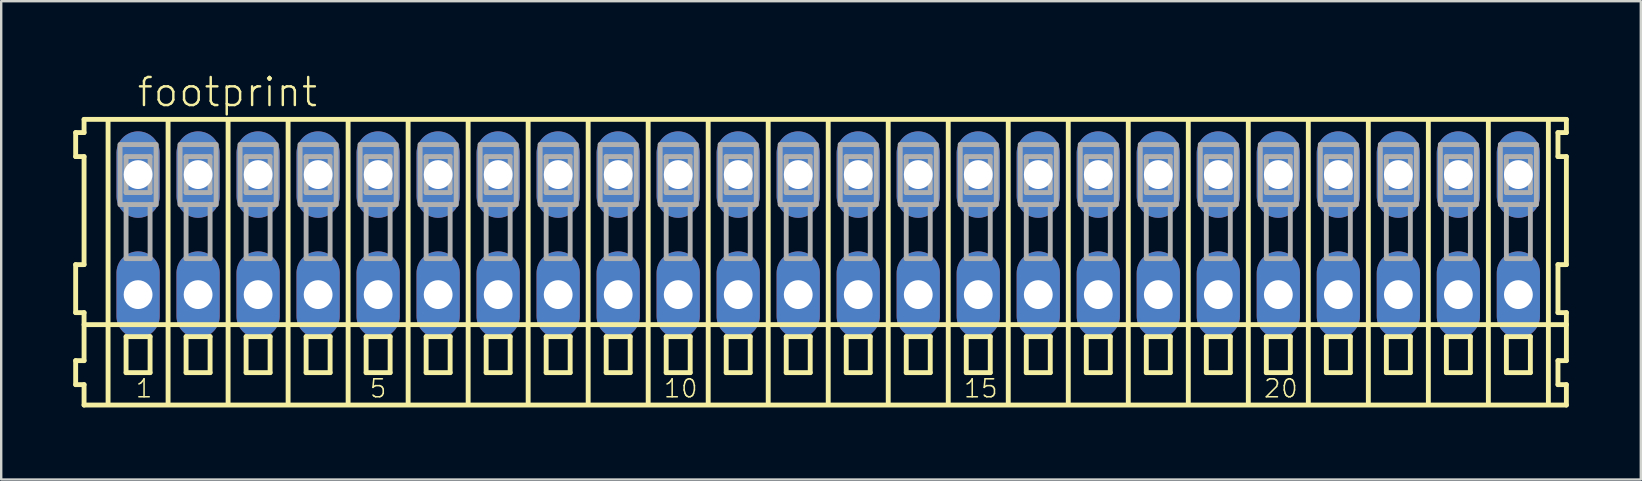
<source format=kicad_pcb>
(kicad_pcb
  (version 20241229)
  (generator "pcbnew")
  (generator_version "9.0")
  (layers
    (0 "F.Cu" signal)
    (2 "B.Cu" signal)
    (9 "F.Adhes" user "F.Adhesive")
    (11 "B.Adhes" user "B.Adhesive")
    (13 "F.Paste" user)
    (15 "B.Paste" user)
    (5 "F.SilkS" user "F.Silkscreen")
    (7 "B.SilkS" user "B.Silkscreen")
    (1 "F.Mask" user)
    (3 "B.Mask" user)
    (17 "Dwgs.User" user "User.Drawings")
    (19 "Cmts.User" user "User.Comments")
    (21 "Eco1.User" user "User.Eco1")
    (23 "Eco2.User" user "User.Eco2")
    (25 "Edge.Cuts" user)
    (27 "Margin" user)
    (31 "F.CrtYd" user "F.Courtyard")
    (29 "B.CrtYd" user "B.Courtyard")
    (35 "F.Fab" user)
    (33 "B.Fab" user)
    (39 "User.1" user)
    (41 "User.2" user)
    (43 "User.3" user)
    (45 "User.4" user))
  (footprint "footprint"
    (layer "F.Cu")
    (at 31.452 6.723)
    (property "Reference" "footprint" (at -28.85 -5.25 0) (layer "F.SilkS") (effects (font (size 1.168 1.168) (thickness 0.102)) (justify left bottom)))
    (fp_line (start -31.35 -4.25) (end -31.35 -3.25) (stroke (width 0.203) (type solid)) (layer "F.SilkS"))
    (fp_line (start -31.35 -3.25) (end -31 -3.25) (stroke (width 0.203) (type solid)) (layer "F.SilkS"))
    (fp_line (start -31.35 1.25) (end -31.35 3.25) (stroke (width 0.203) (type solid)) (layer "F.SilkS"))
    (fp_line (start -31.35 3.25) (end -31 3.25) (stroke (width 0.203) (type solid)) (layer "F.SilkS"))
    (fp_line (start -31.35 5.25) (end -31.35 6.25) (stroke (width 0.203) (type solid)) (layer "F.SilkS"))
    (fp_line (start -31.35 6.25) (end -31 6.25) (stroke (width 0.203) (type solid)) (layer "F.SilkS"))
    (fp_line (start -31 -4.8) (end -31 -4.25) (stroke (width 0.203) (type solid)) (layer "F.SilkS"))
    (fp_line (start -31 -4.25) (end -31.35 -4.25) (stroke (width 0.203) (type solid)) (layer "F.SilkS"))
    (fp_line (start -31 -3.25) (end -31 1.25) (stroke (width 0.203) (type solid)) (layer "F.SilkS"))
    (fp_line (start -31 1.25) (end -31.35 1.25) (stroke (width 0.203) (type solid)) (layer "F.SilkS"))
    (fp_line (start -31 3.25) (end -31 5.25) (stroke (width 0.203) (type solid)) (layer "F.SilkS"))
    (fp_line (start -31 3.75) (end 30.75 3.75) (stroke (width 0.203) (type solid)) (layer "F.SilkS"))
    (fp_line (start -31 5.25) (end -31.35 5.25) (stroke (width 0.203) (type solid)) (layer "F.SilkS"))
    (fp_line (start -31 6.25) (end -31 7.1) (stroke (width 0.203) (type solid)) (layer "F.SilkS"))
    (fp_line (start -31 7.1) (end 30.75 7.1) (stroke (width 0.203) (type solid)) (layer "F.SilkS"))
    (fp_line (start -30 -4.75) (end -30 7) (stroke (width 0.203) (type solid)) (layer "F.SilkS"))
    (fp_line (start -29.25 4.25) (end -29.25 5.75) (stroke (width 0.203) (type solid)) (layer "F.SilkS"))
    (fp_line (start -29.25 5.75) (end -28.25 5.75) (stroke (width 0.203) (type solid)) (layer "F.SilkS"))
    (fp_line (start -28.25 4.25) (end -29.25 4.25) (stroke (width 0.203) (type solid)) (layer "F.SilkS"))
    (fp_line (start -28.25 5.75) (end -28.25 4.25) (stroke (width 0.203) (type solid)) (layer "F.SilkS"))
    (fp_line (start -27.5 -4.75) (end -27.5 7) (stroke (width 0.203) (type solid)) (layer "F.SilkS"))
    (fp_line (start -26.75 4.25) (end -26.75 5.75) (stroke (width 0.203) (type solid)) (layer "F.SilkS"))
    (fp_line (start -26.75 5.75) (end -25.75 5.75) (stroke (width 0.203) (type solid)) (layer "F.SilkS"))
    (fp_line (start -25.75 4.25) (end -26.75 4.25) (stroke (width 0.203) (type solid)) (layer "F.SilkS"))
    (fp_line (start -25.75 5.75) (end -25.75 4.25) (stroke (width 0.203) (type solid)) (layer "F.SilkS"))
    (fp_line (start -25 -4.75) (end -25 7) (stroke (width 0.203) (type solid)) (layer "F.SilkS"))
    (fp_line (start -24.25 4.25) (end -24.25 5.75) (stroke (width 0.203) (type solid)) (layer "F.SilkS"))
    (fp_line (start -24.25 5.75) (end -23.25 5.75) (stroke (width 0.203) (type solid)) (layer "F.SilkS"))
    (fp_line (start -23.25 4.25) (end -24.25 4.25) (stroke (width 0.203) (type solid)) (layer "F.SilkS"))
    (fp_line (start -23.25 5.75) (end -23.25 4.25) (stroke (width 0.203) (type solid)) (layer "F.SilkS"))
    (fp_line (start -22.5 -4.75) (end -22.5 7) (stroke (width 0.203) (type solid)) (layer "F.SilkS"))
    (fp_line (start -21.75 4.25) (end -21.75 5.75) (stroke (width 0.203) (type solid)) (layer "F.SilkS"))
    (fp_line (start -21.75 5.75) (end -20.75 5.75) (stroke (width 0.203) (type solid)) (layer "F.SilkS"))
    (fp_line (start -20.75 4.25) (end -21.75 4.25) (stroke (width 0.203) (type solid)) (layer "F.SilkS"))
    (fp_line (start -20.75 5.75) (end -20.75 4.25) (stroke (width 0.203) (type solid)) (layer "F.SilkS"))
    (fp_line (start -20 -4.75) (end -20 7) (stroke (width 0.203) (type solid)) (layer "F.SilkS"))
    (fp_line (start -19.25 4.25) (end -19.25 5.75) (stroke (width 0.203) (type solid)) (layer "F.SilkS"))
    (fp_line (start -19.25 5.75) (end -18.25 5.75) (stroke (width 0.203) (type solid)) (layer "F.SilkS"))
    (fp_line (start -18.25 4.25) (end -19.25 4.25) (stroke (width 0.203) (type solid)) (layer "F.SilkS"))
    (fp_line (start -18.25 5.75) (end -18.25 4.25) (stroke (width 0.203) (type solid)) (layer "F.SilkS"))
    (fp_line (start -17.5 -4.75) (end -17.5 7) (stroke (width 0.203) (type solid)) (layer "F.SilkS"))
    (fp_line (start -16.75 4.25) (end -16.75 5.75) (stroke (width 0.203) (type solid)) (layer "F.SilkS"))
    (fp_line (start -16.75 5.75) (end -15.75 5.75) (stroke (width 0.203) (type solid)) (layer "F.SilkS"))
    (fp_line (start -15.75 4.25) (end -16.75 4.25) (stroke (width 0.203) (type solid)) (layer "F.SilkS"))
    (fp_line (start -15.75 5.75) (end -15.75 4.25) (stroke (width 0.203) (type solid)) (layer "F.SilkS"))
    (fp_line (start -15 -4.75) (end -15 7) (stroke (width 0.203) (type solid)) (layer "F.SilkS"))
    (fp_line (start -14.25 4.25) (end -14.25 5.75) (stroke (width 0.203) (type solid)) (layer "F.SilkS"))
    (fp_line (start -14.25 5.75) (end -13.25 5.75) (stroke (width 0.203) (type solid)) (layer "F.SilkS"))
    (fp_line (start -13.25 4.25) (end -14.25 4.25) (stroke (width 0.203) (type solid)) (layer "F.SilkS"))
    (fp_line (start -13.25 5.75) (end -13.25 4.25) (stroke (width 0.203) (type solid)) (layer "F.SilkS"))
    (fp_line (start -12.5 -4.75) (end -12.5 7) (stroke (width 0.203) (type solid)) (layer "F.SilkS"))
    (fp_line (start -11.75 4.25) (end -11.75 5.75) (stroke (width 0.203) (type solid)) (layer "F.SilkS"))
    (fp_line (start -11.75 5.75) (end -10.75 5.75) (stroke (width 0.203) (type solid)) (layer "F.SilkS"))
    (fp_line (start -10.75 4.25) (end -11.75 4.25) (stroke (width 0.203) (type solid)) (layer "F.SilkS"))
    (fp_line (start -10.75 5.75) (end -10.75 4.25) (stroke (width 0.203) (type solid)) (layer "F.SilkS"))
    (fp_line (start -10 -4.75) (end -10 7) (stroke (width 0.203) (type solid)) (layer "F.SilkS"))
    (fp_line (start -9.25 4.25) (end -9.25 5.75) (stroke (width 0.203) (type solid)) (layer "F.SilkS"))
    (fp_line (start -9.25 5.75) (end -8.25 5.75) (stroke (width 0.203) (type solid)) (layer "F.SilkS"))
    (fp_line (start -8.25 4.25) (end -9.25 4.25) (stroke (width 0.203) (type solid)) (layer "F.SilkS"))
    (fp_line (start -8.25 5.75) (end -8.25 4.25) (stroke (width 0.203) (type solid)) (layer "F.SilkS"))
    (fp_line (start -7.5 -4.75) (end -7.5 7) (stroke (width 0.203) (type solid)) (layer "F.SilkS"))
    (fp_line (start -6.75 4.25) (end -6.75 5.75) (stroke (width 0.203) (type solid)) (layer "F.SilkS"))
    (fp_line (start -6.75 5.75) (end -5.75 5.75) (stroke (width 0.203) (type solid)) (layer "F.SilkS"))
    (fp_line (start -5.75 4.25) (end -6.75 4.25) (stroke (width 0.203) (type solid)) (layer "F.SilkS"))
    (fp_line (start -5.75 5.75) (end -5.75 4.25) (stroke (width 0.203) (type solid)) (layer "F.SilkS"))
    (fp_line (start -5 -4.75) (end -5 7) (stroke (width 0.203) (type solid)) (layer "F.SilkS"))
    (fp_line (start -4.25 4.25) (end -4.25 5.75) (stroke (width 0.203) (type solid)) (layer "F.SilkS"))
    (fp_line (start -4.25 5.75) (end -3.25 5.75) (stroke (width 0.203) (type solid)) (layer "F.SilkS"))
    (fp_line (start -3.25 4.25) (end -4.25 4.25) (stroke (width 0.203) (type solid)) (layer "F.SilkS"))
    (fp_line (start -3.25 5.75) (end -3.25 4.25) (stroke (width 0.203) (type solid)) (layer "F.SilkS"))
    (fp_line (start -2.5 -4.75) (end -2.5 7) (stroke (width 0.203) (type solid)) (layer "F.SilkS"))
    (fp_line (start -1.75 4.25) (end -1.75 5.75) (stroke (width 0.203) (type solid)) (layer "F.SilkS"))
    (fp_line (start -1.75 5.75) (end -0.75 5.75) (stroke (width 0.203) (type solid)) (layer "F.SilkS"))
    (fp_line (start -0.75 4.25) (end -1.75 4.25) (stroke (width 0.203) (type solid)) (layer "F.SilkS"))
    (fp_line (start -0.75 5.75) (end -0.75 4.25) (stroke (width 0.203) (type solid)) (layer "F.SilkS"))
    (fp_line (start 0 -4.75) (end 0 7) (stroke (width 0.203) (type solid)) (layer "F.SilkS"))
    (fp_line (start 0.75 4.25) (end 0.75 5.75) (stroke (width 0.203) (type solid)) (layer "F.SilkS"))
    (fp_line (start 0.75 5.75) (end 1.75 5.75) (stroke (width 0.203) (type solid)) (layer "F.SilkS"))
    (fp_line (start 1.75 4.25) (end 0.75 4.25) (stroke (width 0.203) (type solid)) (layer "F.SilkS"))
    (fp_line (start 1.75 5.75) (end 1.75 4.25) (stroke (width 0.203) (type solid)) (layer "F.SilkS"))
    (fp_line (start 2.5 -4.75) (end 2.5 7) (stroke (width 0.203) (type solid)) (layer "F.SilkS"))
    (fp_line (start 3.25 4.25) (end 3.25 5.75) (stroke (width 0.203) (type solid)) (layer "F.SilkS"))
    (fp_line (start 3.25 5.75) (end 4.25 5.75) (stroke (width 0.203) (type solid)) (layer "F.SilkS"))
    (fp_line (start 4.25 4.25) (end 3.25 4.25) (stroke (width 0.203) (type solid)) (layer "F.SilkS"))
    (fp_line (start 4.25 5.75) (end 4.25 4.25) (stroke (width 0.203) (type solid)) (layer "F.SilkS"))
    (fp_line (start 5 -4.75) (end 5 7) (stroke (width 0.203) (type solid)) (layer "F.SilkS"))
    (fp_line (start 5.75 4.25) (end 5.75 5.75) (stroke (width 0.203) (type solid)) (layer "F.SilkS"))
    (fp_line (start 5.75 5.75) (end 6.75 5.75) (stroke (width 0.203) (type solid)) (layer "F.SilkS"))
    (fp_line (start 6.75 4.25) (end 5.75 4.25) (stroke (width 0.203) (type solid)) (layer "F.SilkS"))
    (fp_line (start 6.75 5.75) (end 6.75 4.25) (stroke (width 0.203) (type solid)) (layer "F.SilkS"))
    (fp_line (start 7.5 -4.75) (end 7.5 7) (stroke (width 0.203) (type solid)) (layer "F.SilkS"))
    (fp_line (start 8.25 4.25) (end 8.25 5.75) (stroke (width 0.203) (type solid)) (layer "F.SilkS"))
    (fp_line (start 8.25 5.75) (end 9.25 5.75) (stroke (width 0.203) (type solid)) (layer "F.SilkS"))
    (fp_line (start 9.25 4.25) (end 8.25 4.25) (stroke (width 0.203) (type solid)) (layer "F.SilkS"))
    (fp_line (start 9.25 5.75) (end 9.25 4.25) (stroke (width 0.203) (type solid)) (layer "F.SilkS"))
    (fp_line (start 10 -4.75) (end 10 7) (stroke (width 0.203) (type solid)) (layer "F.SilkS"))
    (fp_line (start 10.75 4.25) (end 10.75 5.75) (stroke (width 0.203) (type solid)) (layer "F.SilkS"))
    (fp_line (start 10.75 5.75) (end 11.75 5.75) (stroke (width 0.203) (type solid)) (layer "F.SilkS"))
    (fp_line (start 11.75 4.25) (end 10.75 4.25) (stroke (width 0.203) (type solid)) (layer "F.SilkS"))
    (fp_line (start 11.75 5.75) (end 11.75 4.25) (stroke (width 0.203) (type solid)) (layer "F.SilkS"))
    (fp_line (start 12.5 -4.75) (end 12.5 7) (stroke (width 0.203) (type solid)) (layer "F.SilkS"))
    (fp_line (start 13.25 4.25) (end 13.25 5.75) (stroke (width 0.203) (type solid)) (layer "F.SilkS"))
    (fp_line (start 13.25 5.75) (end 14.25 5.75) (stroke (width 0.203) (type solid)) (layer "F.SilkS"))
    (fp_line (start 14.25 4.25) (end 13.25 4.25) (stroke (width 0.203) (type solid)) (layer "F.SilkS"))
    (fp_line (start 14.25 5.75) (end 14.25 4.25) (stroke (width 0.203) (type solid)) (layer "F.SilkS"))
    (fp_line (start 15 -4.75) (end 15 7) (stroke (width 0.203) (type solid)) (layer "F.SilkS"))
    (fp_line (start 15.75 4.25) (end 15.75 5.75) (stroke (width 0.203) (type solid)) (layer "F.SilkS"))
    (fp_line (start 15.75 5.75) (end 16.75 5.75) (stroke (width 0.203) (type solid)) (layer "F.SilkS"))
    (fp_line (start 16.75 4.25) (end 15.75 4.25) (stroke (width 0.203) (type solid)) (layer "F.SilkS"))
    (fp_line (start 16.75 5.75) (end 16.75 4.25) (stroke (width 0.203) (type solid)) (layer "F.SilkS"))
    (fp_line (start 17.5 -4.75) (end 17.5 7) (stroke (width 0.203) (type solid)) (layer "F.SilkS"))
    (fp_line (start 18.25 4.25) (end 18.25 5.75) (stroke (width 0.203) (type solid)) (layer "F.SilkS"))
    (fp_line (start 18.25 5.75) (end 19.25 5.75) (stroke (width 0.203) (type solid)) (layer "F.SilkS"))
    (fp_line (start 19.25 4.25) (end 18.25 4.25) (stroke (width 0.203) (type solid)) (layer "F.SilkS"))
    (fp_line (start 19.25 5.75) (end 19.25 4.25) (stroke (width 0.203) (type solid)) (layer "F.SilkS"))
    (fp_line (start 20 -4.75) (end 20 7) (stroke (width 0.203) (type solid)) (layer "F.SilkS"))
    (fp_line (start 20.75 4.25) (end 20.75 5.75) (stroke (width 0.203) (type solid)) (layer "F.SilkS"))
    (fp_line (start 20.75 5.75) (end 21.75 5.75) (stroke (width 0.203) (type solid)) (layer "F.SilkS"))
    (fp_line (start 21.75 4.25) (end 20.75 4.25) (stroke (width 0.203) (type solid)) (layer "F.SilkS"))
    (fp_line (start 21.75 5.75) (end 21.75 4.25) (stroke (width 0.203) (type solid)) (layer "F.SilkS"))
    (fp_line (start 22.5 -4.75) (end 22.5 7) (stroke (width 0.203) (type solid)) (layer "F.SilkS"))
    (fp_line (start 23.25 4.25) (end 23.25 5.75) (stroke (width 0.203) (type solid)) (layer "F.SilkS"))
    (fp_line (start 23.25 5.75) (end 24.25 5.75) (stroke (width 0.203) (type solid)) (layer "F.SilkS"))
    (fp_line (start 24.25 4.25) (end 23.25 4.25) (stroke (width 0.203) (type solid)) (layer "F.SilkS"))
    (fp_line (start 24.25 5.75) (end 24.25 4.25) (stroke (width 0.203) (type solid)) (layer "F.SilkS"))
    (fp_line (start 25 -4.75) (end 25 7) (stroke (width 0.203) (type solid)) (layer "F.SilkS"))
    (fp_line (start 25.75 4.25) (end 25.75 5.75) (stroke (width 0.203) (type solid)) (layer "F.SilkS"))
    (fp_line (start 25.75 5.75) (end 26.75 5.75) (stroke (width 0.203) (type solid)) (layer "F.SilkS"))
    (fp_line (start 26.75 4.25) (end 25.75 4.25) (stroke (width 0.203) (type solid)) (layer "F.SilkS"))
    (fp_line (start 26.75 5.75) (end 26.75 4.25) (stroke (width 0.203) (type solid)) (layer "F.SilkS"))
    (fp_line (start 27.5 -4.75) (end 27.5 7) (stroke (width 0.203) (type solid)) (layer "F.SilkS"))
    (fp_line (start 28.25 4.25) (end 28.25 5.75) (stroke (width 0.203) (type solid)) (layer "F.SilkS"))
    (fp_line (start 28.25 5.75) (end 29.25 5.75) (stroke (width 0.203) (type solid)) (layer "F.SilkS"))
    (fp_line (start 29.25 4.25) (end 28.25 4.25) (stroke (width 0.203) (type solid)) (layer "F.SilkS"))
    (fp_line (start 29.25 5.75) (end 29.25 4.25) (stroke (width 0.203) (type solid)) (layer "F.SilkS"))
    (fp_line (start 30 -4.75) (end 30 7) (stroke (width 0.203) (type solid)) (layer "F.SilkS"))
    (fp_line (start 30.4 -4.25) (end 30.4 -3.25) (stroke (width 0.203) (type solid)) (layer "F.SilkS"))
    (fp_line (start 30.4 -3.25) (end 30.75 -3.25) (stroke (width 0.203) (type solid)) (layer "F.SilkS"))
    (fp_line (start 30.4 1.25) (end 30.4 3.25) (stroke (width 0.203) (type solid)) (layer "F.SilkS"))
    (fp_line (start 30.4 3.25) (end 30.75 3.25) (stroke (width 0.203) (type solid)) (layer "F.SilkS"))
    (fp_line (start 30.4 5.25) (end 30.4 6.25) (stroke (width 0.203) (type solid)) (layer "F.SilkS"))
    (fp_line (start 30.4 6.25) (end 30.75 6.25) (stroke (width 0.203) (type solid)) (layer "F.SilkS"))
    (fp_line (start 30.75 -4.8) (end -31 -4.8) (stroke (width 0.203) (type solid)) (layer "F.SilkS"))
    (fp_line (start 30.75 -4.25) (end 30.4 -4.25) (stroke (width 0.203) (type solid)) (layer "F.SilkS"))
    (fp_line (start 30.75 -4.25) (end 30.75 -4.8) (stroke (width 0.203) (type solid)) (layer "F.SilkS"))
    (fp_line (start 30.75 1.25) (end 30.4 1.25) (stroke (width 0.203) (type solid)) (layer "F.SilkS"))
    (fp_line (start 30.75 1.25) (end 30.75 -3.25) (stroke (width 0.203) (type solid)) (layer "F.SilkS"))
    (fp_line (start 30.75 3.75) (end 30.75 3.25) (stroke (width 0.203) (type solid)) (layer "F.SilkS"))
    (fp_line (start 30.75 5.25) (end 30.4 5.25) (stroke (width 0.203) (type solid)) (layer "F.SilkS"))
    (fp_line (start 30.75 5.25) (end 30.75 3.75) (stroke (width 0.203) (type solid)) (layer "F.SilkS"))
    (fp_line (start 30.75 7.1) (end 30.75 6.25) (stroke (width 0.203) (type solid)) (layer "F.SilkS"))
    (fp_line (start -29.5 -3.75) (end -29.5 -1.25) (stroke (width 0.203) (type solid)) (layer "F.Fab"))
    (fp_line (start -29.5 -1.25) (end -29.25 -1.25) (stroke (width 0.203) (type solid)) (layer "F.Fab"))
    (fp_line (start -29.25 -3.25) (end -29.25 -1.75) (stroke (width 0.203) (type solid)) (layer "F.Fab"))
    (fp_line (start -29.25 -1.75) (end -28.25 -1.75) (stroke (width 0.203) (type solid)) (layer "F.Fab"))
    (fp_line (start -29.25 -1.25) (end -29.25 1) (stroke (width 0.203) (type solid)) (layer "F.Fab"))
    (fp_line (start -29.25 -1.25) (end -28.25 -1.25) (stroke (width 0.203) (type solid)) (layer "F.Fab"))
    (fp_line (start -29.25 1) (end -28.25 1) (stroke (width 0.203) (type solid)) (layer "F.Fab"))
    (fp_line (start -28.25 -3.25) (end -29.25 -3.25) (stroke (width 0.203) (type solid)) (layer "F.Fab"))
    (fp_line (start -28.25 -1.75) (end -28.25 -3.25) (stroke (width 0.203) (type solid)) (layer "F.Fab"))
    (fp_line (start -28.25 -1.25) (end -28 -1.25) (stroke (width 0.203) (type solid)) (layer "F.Fab"))
    (fp_line (start -28.25 1) (end -28.25 -1.25) (stroke (width 0.203) (type solid)) (layer "F.Fab"))
    (fp_line (start -28 -3.75) (end -29.5 -3.75) (stroke (width 0.203) (type solid)) (layer "F.Fab"))
    (fp_line (start -28 -1.25) (end -28 -3.75) (stroke (width 0.203) (type solid)) (layer "F.Fab"))
    (fp_line (start -27 -3.75) (end -27 -1.25) (stroke (width 0.203) (type solid)) (layer "F.Fab"))
    (fp_line (start -27 -1.25) (end -26.75 -1.25) (stroke (width 0.203) (type solid)) (layer "F.Fab"))
    (fp_line (start -26.75 -3.25) (end -26.75 -1.75) (stroke (width 0.203) (type solid)) (layer "F.Fab"))
    (fp_line (start -26.75 -1.75) (end -25.75 -1.75) (stroke (width 0.203) (type solid)) (layer "F.Fab"))
    (fp_line (start -26.75 -1.25) (end -26.75 1) (stroke (width 0.203) (type solid)) (layer "F.Fab"))
    (fp_line (start -26.75 -1.25) (end -25.75 -1.25) (stroke (width 0.203) (type solid)) (layer "F.Fab"))
    (fp_line (start -26.75 1) (end -25.75 1) (stroke (width 0.203) (type solid)) (layer "F.Fab"))
    (fp_line (start -25.75 -3.25) (end -26.75 -3.25) (stroke (width 0.203) (type solid)) (layer "F.Fab"))
    (fp_line (start -25.75 -1.75) (end -25.75 -3.25) (stroke (width 0.203) (type solid)) (layer "F.Fab"))
    (fp_line (start -25.75 -1.25) (end -25.5 -1.25) (stroke (width 0.203) (type solid)) (layer "F.Fab"))
    (fp_line (start -25.75 1) (end -25.75 -1.25) (stroke (width 0.203) (type solid)) (layer "F.Fab"))
    (fp_line (start -25.5 -3.75) (end -27 -3.75) (stroke (width 0.203) (type solid)) (layer "F.Fab"))
    (fp_line (start -25.5 -1.25) (end -25.5 -3.75) (stroke (width 0.203) (type solid)) (layer "F.Fab"))
    (fp_line (start -24.5 -3.75) (end -24.5 -1.25) (stroke (width 0.203) (type solid)) (layer "F.Fab"))
    (fp_line (start -24.5 -1.25) (end -24.25 -1.25) (stroke (width 0.203) (type solid)) (layer "F.Fab"))
    (fp_line (start -24.25 -3.25) (end -24.25 -1.75) (stroke (width 0.203) (type solid)) (layer "F.Fab"))
    (fp_line (start -24.25 -1.75) (end -23.25 -1.75) (stroke (width 0.203) (type solid)) (layer "F.Fab"))
    (fp_line (start -24.25 -1.25) (end -24.25 1) (stroke (width 0.203) (type solid)) (layer "F.Fab"))
    (fp_line (start -24.25 -1.25) (end -23.25 -1.25) (stroke (width 0.203) (type solid)) (layer "F.Fab"))
    (fp_line (start -24.25 1) (end -23.25 1) (stroke (width 0.203) (type solid)) (layer "F.Fab"))
    (fp_line (start -23.25 -3.25) (end -24.25 -3.25) (stroke (width 0.203) (type solid)) (layer "F.Fab"))
    (fp_line (start -23.25 -1.75) (end -23.25 -3.25) (stroke (width 0.203) (type solid)) (layer "F.Fab"))
    (fp_line (start -23.25 -1.25) (end -23 -1.25) (stroke (width 0.203) (type solid)) (layer "F.Fab"))
    (fp_line (start -23.25 1) (end -23.25 -1.25) (stroke (width 0.203) (type solid)) (layer "F.Fab"))
    (fp_line (start -23 -3.75) (end -24.5 -3.75) (stroke (width 0.203) (type solid)) (layer "F.Fab"))
    (fp_line (start -23 -1.25) (end -23 -3.75) (stroke (width 0.203) (type solid)) (layer "F.Fab"))
    (fp_line (start -22 -3.75) (end -22 -1.25) (stroke (width 0.203) (type solid)) (layer "F.Fab"))
    (fp_line (start -22 -1.25) (end -21.75 -1.25) (stroke (width 0.203) (type solid)) (layer "F.Fab"))
    (fp_line (start -21.75 -3.25) (end -21.75 -1.75) (stroke (width 0.203) (type solid)) (layer "F.Fab"))
    (fp_line (start -21.75 -1.75) (end -20.75 -1.75) (stroke (width 0.203) (type solid)) (layer "F.Fab"))
    (fp_line (start -21.75 -1.25) (end -21.75 1) (stroke (width 0.203) (type solid)) (layer "F.Fab"))
    (fp_line (start -21.75 -1.25) (end -20.75 -1.25) (stroke (width 0.203) (type solid)) (layer "F.Fab"))
    (fp_line (start -21.75 1) (end -20.75 1) (stroke (width 0.203) (type solid)) (layer "F.Fab"))
    (fp_line (start -20.75 -3.25) (end -21.75 -3.25) (stroke (width 0.203) (type solid)) (layer "F.Fab"))
    (fp_line (start -20.75 -1.75) (end -20.75 -3.25) (stroke (width 0.203) (type solid)) (layer "F.Fab"))
    (fp_line (start -20.75 -1.25) (end -20.5 -1.25) (stroke (width 0.203) (type solid)) (layer "F.Fab"))
    (fp_line (start -20.75 1) (end -20.75 -1.25) (stroke (width 0.203) (type solid)) (layer "F.Fab"))
    (fp_line (start -20.5 -3.75) (end -22 -3.75) (stroke (width 0.203) (type solid)) (layer "F.Fab"))
    (fp_line (start -20.5 -1.25) (end -20.5 -3.75) (stroke (width 0.203) (type solid)) (layer "F.Fab"))
    (fp_line (start -19.5 -3.75) (end -19.5 -1.25) (stroke (width 0.203) (type solid)) (layer "F.Fab"))
    (fp_line (start -19.5 -1.25) (end -19.25 -1.25) (stroke (width 0.203) (type solid)) (layer "F.Fab"))
    (fp_line (start -19.25 -3.25) (end -19.25 -1.75) (stroke (width 0.203) (type solid)) (layer "F.Fab"))
    (fp_line (start -19.25 -1.75) (end -18.25 -1.75) (stroke (width 0.203) (type solid)) (layer "F.Fab"))
    (fp_line (start -19.25 -1.25) (end -19.25 1) (stroke (width 0.203) (type solid)) (layer "F.Fab"))
    (fp_line (start -19.25 -1.25) (end -18.25 -1.25) (stroke (width 0.203) (type solid)) (layer "F.Fab"))
    (fp_line (start -19.25 1) (end -18.25 1) (stroke (width 0.203) (type solid)) (layer "F.Fab"))
    (fp_line (start -18.25 -3.25) (end -19.25 -3.25) (stroke (width 0.203) (type solid)) (layer "F.Fab"))
    (fp_line (start -18.25 -1.75) (end -18.25 -3.25) (stroke (width 0.203) (type solid)) (layer "F.Fab"))
    (fp_line (start -18.25 -1.25) (end -18 -1.25) (stroke (width 0.203) (type solid)) (layer "F.Fab"))
    (fp_line (start -18.25 1) (end -18.25 -1.25) (stroke (width 0.203) (type solid)) (layer "F.Fab"))
    (fp_line (start -18 -3.75) (end -19.5 -3.75) (stroke (width 0.203) (type solid)) (layer "F.Fab"))
    (fp_line (start -18 -1.25) (end -18 -3.75) (stroke (width 0.203) (type solid)) (layer "F.Fab"))
    (fp_line (start -17 -3.75) (end -17 -1.25) (stroke (width 0.203) (type solid)) (layer "F.Fab"))
    (fp_line (start -17 -1.25) (end -16.75 -1.25) (stroke (width 0.203) (type solid)) (layer "F.Fab"))
    (fp_line (start -16.75 -3.25) (end -16.75 -1.75) (stroke (width 0.203) (type solid)) (layer "F.Fab"))
    (fp_line (start -16.75 -1.75) (end -15.75 -1.75) (stroke (width 0.203) (type solid)) (layer "F.Fab"))
    (fp_line (start -16.75 -1.25) (end -16.75 1) (stroke (width 0.203) (type solid)) (layer "F.Fab"))
    (fp_line (start -16.75 -1.25) (end -15.75 -1.25) (stroke (width 0.203) (type solid)) (layer "F.Fab"))
    (fp_line (start -16.75 1) (end -15.75 1) (stroke (width 0.203) (type solid)) (layer "F.Fab"))
    (fp_line (start -15.75 -3.25) (end -16.75 -3.25) (stroke (width 0.203) (type solid)) (layer "F.Fab"))
    (fp_line (start -15.75 -1.75) (end -15.75 -3.25) (stroke (width 0.203) (type solid)) (layer "F.Fab"))
    (fp_line (start -15.75 -1.25) (end -15.5 -1.25) (stroke (width 0.203) (type solid)) (layer "F.Fab"))
    (fp_line (start -15.75 1) (end -15.75 -1.25) (stroke (width 0.203) (type solid)) (layer "F.Fab"))
    (fp_line (start -15.5 -3.75) (end -17 -3.75) (stroke (width 0.203) (type solid)) (layer "F.Fab"))
    (fp_line (start -15.5 -1.25) (end -15.5 -3.75) (stroke (width 0.203) (type solid)) (layer "F.Fab"))
    (fp_line (start -14.5 -3.75) (end -14.5 -1.25) (stroke (width 0.203) (type solid)) (layer "F.Fab"))
    (fp_line (start -14.5 -1.25) (end -14.25 -1.25) (stroke (width 0.203) (type solid)) (layer "F.Fab"))
    (fp_line (start -14.25 -3.25) (end -14.25 -1.75) (stroke (width 0.203) (type solid)) (layer "F.Fab"))
    (fp_line (start -14.25 -1.75) (end -13.25 -1.75) (stroke (width 0.203) (type solid)) (layer "F.Fab"))
    (fp_line (start -14.25 -1.25) (end -14.25 1) (stroke (width 0.203) (type solid)) (layer "F.Fab"))
    (fp_line (start -14.25 -1.25) (end -13.25 -1.25) (stroke (width 0.203) (type solid)) (layer "F.Fab"))
    (fp_line (start -14.25 1) (end -13.25 1) (stroke (width 0.203) (type solid)) (layer "F.Fab"))
    (fp_line (start -13.25 -3.25) (end -14.25 -3.25) (stroke (width 0.203) (type solid)) (layer "F.Fab"))
    (fp_line (start -13.25 -1.75) (end -13.25 -3.25) (stroke (width 0.203) (type solid)) (layer "F.Fab"))
    (fp_line (start -13.25 -1.25) (end -13 -1.25) (stroke (width 0.203) (type solid)) (layer "F.Fab"))
    (fp_line (start -13.25 1) (end -13.25 -1.25) (stroke (width 0.203) (type solid)) (layer "F.Fab"))
    (fp_line (start -13 -3.75) (end -14.5 -3.75) (stroke (width 0.203) (type solid)) (layer "F.Fab"))
    (fp_line (start -13 -1.25) (end -13 -3.75) (stroke (width 0.203) (type solid)) (layer "F.Fab"))
    (fp_line (start -12 -3.75) (end -12 -1.25) (stroke (width 0.203) (type solid)) (layer "F.Fab"))
    (fp_line (start -12 -1.25) (end -11.75 -1.25) (stroke (width 0.203) (type solid)) (layer "F.Fab"))
    (fp_line (start -11.75 -3.25) (end -11.75 -1.75) (stroke (width 0.203) (type solid)) (layer "F.Fab"))
    (fp_line (start -11.75 -1.75) (end -10.75 -1.75) (stroke (width 0.203) (type solid)) (layer "F.Fab"))
    (fp_line (start -11.75 -1.25) (end -11.75 1) (stroke (width 0.203) (type solid)) (layer "F.Fab"))
    (fp_line (start -11.75 -1.25) (end -10.75 -1.25) (stroke (width 0.203) (type solid)) (layer "F.Fab"))
    (fp_line (start -11.75 1) (end -10.75 1) (stroke (width 0.203) (type solid)) (layer "F.Fab"))
    (fp_line (start -10.75 -3.25) (end -11.75 -3.25) (stroke (width 0.203) (type solid)) (layer "F.Fab"))
    (fp_line (start -10.75 -1.75) (end -10.75 -3.25) (stroke (width 0.203) (type solid)) (layer "F.Fab"))
    (fp_line (start -10.75 -1.25) (end -10.5 -1.25) (stroke (width 0.203) (type solid)) (layer "F.Fab"))
    (fp_line (start -10.75 1) (end -10.75 -1.25) (stroke (width 0.203) (type solid)) (layer "F.Fab"))
    (fp_line (start -10.5 -3.75) (end -12 -3.75) (stroke (width 0.203) (type solid)) (layer "F.Fab"))
    (fp_line (start -10.5 -1.25) (end -10.5 -3.75) (stroke (width 0.203) (type solid)) (layer "F.Fab"))
    (fp_line (start -9.5 -3.75) (end -9.5 -1.25) (stroke (width 0.203) (type solid)) (layer "F.Fab"))
    (fp_line (start -9.5 -1.25) (end -9.25 -1.25) (stroke (width 0.203) (type solid)) (layer "F.Fab"))
    (fp_line (start -9.25 -3.25) (end -9.25 -1.75) (stroke (width 0.203) (type solid)) (layer "F.Fab"))
    (fp_line (start -9.25 -1.75) (end -8.25 -1.75) (stroke (width 0.203) (type solid)) (layer "F.Fab"))
    (fp_line (start -9.25 -1.25) (end -9.25 1) (stroke (width 0.203) (type solid)) (layer "F.Fab"))
    (fp_line (start -9.25 -1.25) (end -8.25 -1.25) (stroke (width 0.203) (type solid)) (layer "F.Fab"))
    (fp_line (start -9.25 1) (end -8.25 1) (stroke (width 0.203) (type solid)) (layer "F.Fab"))
    (fp_line (start -8.25 -3.25) (end -9.25 -3.25) (stroke (width 0.203) (type solid)) (layer "F.Fab"))
    (fp_line (start -8.25 -1.75) (end -8.25 -3.25) (stroke (width 0.203) (type solid)) (layer "F.Fab"))
    (fp_line (start -8.25 -1.25) (end -8 -1.25) (stroke (width 0.203) (type solid)) (layer "F.Fab"))
    (fp_line (start -8.25 1) (end -8.25 -1.25) (stroke (width 0.203) (type solid)) (layer "F.Fab"))
    (fp_line (start -8 -3.75) (end -9.5 -3.75) (stroke (width 0.203) (type solid)) (layer "F.Fab"))
    (fp_line (start -8 -1.25) (end -8 -3.75) (stroke (width 0.203) (type solid)) (layer "F.Fab"))
    (fp_line (start -7 -3.75) (end -7 -1.25) (stroke (width 0.203) (type solid)) (layer "F.Fab"))
    (fp_line (start -7 -1.25) (end -6.75 -1.25) (stroke (width 0.203) (type solid)) (layer "F.Fab"))
    (fp_line (start -6.75 -3.25) (end -6.75 -1.75) (stroke (width 0.203) (type solid)) (layer "F.Fab"))
    (fp_line (start -6.75 -1.75) (end -5.75 -1.75) (stroke (width 0.203) (type solid)) (layer "F.Fab"))
    (fp_line (start -6.75 -1.25) (end -6.75 1) (stroke (width 0.203) (type solid)) (layer "F.Fab"))
    (fp_line (start -6.75 -1.25) (end -5.75 -1.25) (stroke (width 0.203) (type solid)) (layer "F.Fab"))
    (fp_line (start -6.75 1) (end -5.75 1) (stroke (width 0.203) (type solid)) (layer "F.Fab"))
    (fp_line (start -5.75 -3.25) (end -6.75 -3.25) (stroke (width 0.203) (type solid)) (layer "F.Fab"))
    (fp_line (start -5.75 -1.75) (end -5.75 -3.25) (stroke (width 0.203) (type solid)) (layer "F.Fab"))
    (fp_line (start -5.75 -1.25) (end -5.5 -1.25) (stroke (width 0.203) (type solid)) (layer "F.Fab"))
    (fp_line (start -5.75 1) (end -5.75 -1.25) (stroke (width 0.203) (type solid)) (layer "F.Fab"))
    (fp_line (start -5.5 -3.75) (end -7 -3.75) (stroke (width 0.203) (type solid)) (layer "F.Fab"))
    (fp_line (start -5.5 -1.25) (end -5.5 -3.75) (stroke (width 0.203) (type solid)) (layer "F.Fab"))
    (fp_line (start -4.5 -3.75) (end -4.5 -1.25) (stroke (width 0.203) (type solid)) (layer "F.Fab"))
    (fp_line (start -4.5 -1.25) (end -4.25 -1.25) (stroke (width 0.203) (type solid)) (layer "F.Fab"))
    (fp_line (start -4.25 -3.25) (end -4.25 -1.75) (stroke (width 0.203) (type solid)) (layer "F.Fab"))
    (fp_line (start -4.25 -1.75) (end -3.25 -1.75) (stroke (width 0.203) (type solid)) (layer "F.Fab"))
    (fp_line (start -4.25 -1.25) (end -4.25 1) (stroke (width 0.203) (type solid)) (layer "F.Fab"))
    (fp_line (start -4.25 -1.25) (end -3.25 -1.25) (stroke (width 0.203) (type solid)) (layer "F.Fab"))
    (fp_line (start -4.25 1) (end -3.25 1) (stroke (width 0.203) (type solid)) (layer "F.Fab"))
    (fp_line (start -3.25 -3.25) (end -4.25 -3.25) (stroke (width 0.203) (type solid)) (layer "F.Fab"))
    (fp_line (start -3.25 -1.75) (end -3.25 -3.25) (stroke (width 0.203) (type solid)) (layer "F.Fab"))
    (fp_line (start -3.25 -1.25) (end -3 -1.25) (stroke (width 0.203) (type solid)) (layer "F.Fab"))
    (fp_line (start -3.25 1) (end -3.25 -1.25) (stroke (width 0.203) (type solid)) (layer "F.Fab"))
    (fp_line (start -3 -3.75) (end -4.5 -3.75) (stroke (width 0.203) (type solid)) (layer "F.Fab"))
    (fp_line (start -3 -1.25) (end -3 -3.75) (stroke (width 0.203) (type solid)) (layer "F.Fab"))
    (fp_line (start -2 -3.75) (end -2 -1.25) (stroke (width 0.203) (type solid)) (layer "F.Fab"))
    (fp_line (start -2 -1.25) (end -1.75 -1.25) (stroke (width 0.203) (type solid)) (layer "F.Fab"))
    (fp_line (start -1.75 -3.25) (end -1.75 -1.75) (stroke (width 0.203) (type solid)) (layer "F.Fab"))
    (fp_line (start -1.75 -1.75) (end -0.75 -1.75) (stroke (width 0.203) (type solid)) (layer "F.Fab"))
    (fp_line (start -1.75 -1.25) (end -1.75 1) (stroke (width 0.203) (type solid)) (layer "F.Fab"))
    (fp_line (start -1.75 -1.25) (end -0.75 -1.25) (stroke (width 0.203) (type solid)) (layer "F.Fab"))
    (fp_line (start -1.75 1) (end -0.75 1) (stroke (width 0.203) (type solid)) (layer "F.Fab"))
    (fp_line (start -0.75 -3.25) (end -1.75 -3.25) (stroke (width 0.203) (type solid)) (layer "F.Fab"))
    (fp_line (start -0.75 -1.75) (end -0.75 -3.25) (stroke (width 0.203) (type solid)) (layer "F.Fab"))
    (fp_line (start -0.75 -1.25) (end -0.5 -1.25) (stroke (width 0.203) (type solid)) (layer "F.Fab"))
    (fp_line (start -0.75 1) (end -0.75 -1.25) (stroke (width 0.203) (type solid)) (layer "F.Fab"))
    (fp_line (start -0.5 -3.75) (end -2 -3.75) (stroke (width 0.203) (type solid)) (layer "F.Fab"))
    (fp_line (start -0.5 -1.25) (end -0.5 -3.75) (stroke (width 0.203) (type solid)) (layer "F.Fab"))
    (fp_line (start 0.5 -3.75) (end 0.5 -1.25) (stroke (width 0.203) (type solid)) (layer "F.Fab"))
    (fp_line (start 0.5 -1.25) (end 0.75 -1.25) (stroke (width 0.203) (type solid)) (layer "F.Fab"))
    (fp_line (start 0.75 -3.25) (end 0.75 -1.75) (stroke (width 0.203) (type solid)) (layer "F.Fab"))
    (fp_line (start 0.75 -1.75) (end 1.75 -1.75) (stroke (width 0.203) (type solid)) (layer "F.Fab"))
    (fp_line (start 0.75 -1.25) (end 0.75 1) (stroke (width 0.203) (type solid)) (layer "F.Fab"))
    (fp_line (start 0.75 -1.25) (end 1.75 -1.25) (stroke (width 0.203) (type solid)) (layer "F.Fab"))
    (fp_line (start 0.75 1) (end 1.75 1) (stroke (width 0.203) (type solid)) (layer "F.Fab"))
    (fp_line (start 1.75 -3.25) (end 0.75 -3.25) (stroke (width 0.203) (type solid)) (layer "F.Fab"))
    (fp_line (start 1.75 -1.75) (end 1.75 -3.25) (stroke (width 0.203) (type solid)) (layer "F.Fab"))
    (fp_line (start 1.75 -1.25) (end 2 -1.25) (stroke (width 0.203) (type solid)) (layer "F.Fab"))
    (fp_line (start 1.75 1) (end 1.75 -1.25) (stroke (width 0.203) (type solid)) (layer "F.Fab"))
    (fp_line (start 2 -3.75) (end 0.5 -3.75) (stroke (width 0.203) (type solid)) (layer "F.Fab"))
    (fp_line (start 2 -1.25) (end 2 -3.75) (stroke (width 0.203) (type solid)) (layer "F.Fab"))
    (fp_line (start 3 -3.75) (end 3 -1.25) (stroke (width 0.203) (type solid)) (layer "F.Fab"))
    (fp_line (start 3 -1.25) (end 3.25 -1.25) (stroke (width 0.203) (type solid)) (layer "F.Fab"))
    (fp_line (start 3.25 -3.25) (end 3.25 -1.75) (stroke (width 0.203) (type solid)) (layer "F.Fab"))
    (fp_line (start 3.25 -1.75) (end 4.25 -1.75) (stroke (width 0.203) (type solid)) (layer "F.Fab"))
    (fp_line (start 3.25 -1.25) (end 3.25 1) (stroke (width 0.203) (type solid)) (layer "F.Fab"))
    (fp_line (start 3.25 -1.25) (end 4.25 -1.25) (stroke (width 0.203) (type solid)) (layer "F.Fab"))
    (fp_line (start 3.25 1) (end 4.25 1) (stroke (width 0.203) (type solid)) (layer "F.Fab"))
    (fp_line (start 4.25 -3.25) (end 3.25 -3.25) (stroke (width 0.203) (type solid)) (layer "F.Fab"))
    (fp_line (start 4.25 -1.75) (end 4.25 -3.25) (stroke (width 0.203) (type solid)) (layer "F.Fab"))
    (fp_line (start 4.25 -1.25) (end 4.5 -1.25) (stroke (width 0.203) (type solid)) (layer "F.Fab"))
    (fp_line (start 4.25 1) (end 4.25 -1.25) (stroke (width 0.203) (type solid)) (layer "F.Fab"))
    (fp_line (start 4.5 -3.75) (end 3 -3.75) (stroke (width 0.203) (type solid)) (layer "F.Fab"))
    (fp_line (start 4.5 -1.25) (end 4.5 -3.75) (stroke (width 0.203) (type solid)) (layer "F.Fab"))
    (fp_line (start 5.5 -3.75) (end 5.5 -1.25) (stroke (width 0.203) (type solid)) (layer "F.Fab"))
    (fp_line (start 5.5 -1.25) (end 5.75 -1.25) (stroke (width 0.203) (type solid)) (layer "F.Fab"))
    (fp_line (start 5.75 -3.25) (end 5.75 -1.75) (stroke (width 0.203) (type solid)) (layer "F.Fab"))
    (fp_line (start 5.75 -1.75) (end 6.75 -1.75) (stroke (width 0.203) (type solid)) (layer "F.Fab"))
    (fp_line (start 5.75 -1.25) (end 5.75 1) (stroke (width 0.203) (type solid)) (layer "F.Fab"))
    (fp_line (start 5.75 -1.25) (end 6.75 -1.25) (stroke (width 0.203) (type solid)) (layer "F.Fab"))
    (fp_line (start 5.75 1) (end 6.75 1) (stroke (width 0.203) (type solid)) (layer "F.Fab"))
    (fp_line (start 6.75 -3.25) (end 5.75 -3.25) (stroke (width 0.203) (type solid)) (layer "F.Fab"))
    (fp_line (start 6.75 -1.75) (end 6.75 -3.25) (stroke (width 0.203) (type solid)) (layer "F.Fab"))
    (fp_line (start 6.75 -1.25) (end 7 -1.25) (stroke (width 0.203) (type solid)) (layer "F.Fab"))
    (fp_line (start 6.75 1) (end 6.75 -1.25) (stroke (width 0.203) (type solid)) (layer "F.Fab"))
    (fp_line (start 7 -3.75) (end 5.5 -3.75) (stroke (width 0.203) (type solid)) (layer "F.Fab"))
    (fp_line (start 7 -1.25) (end 7 -3.75) (stroke (width 0.203) (type solid)) (layer "F.Fab"))
    (fp_line (start 8 -3.75) (end 8 -1.25) (stroke (width 0.203) (type solid)) (layer "F.Fab"))
    (fp_line (start 8 -1.25) (end 8.25 -1.25) (stroke (width 0.203) (type solid)) (layer "F.Fab"))
    (fp_line (start 8.25 -3.25) (end 8.25 -1.75) (stroke (width 0.203) (type solid)) (layer "F.Fab"))
    (fp_line (start 8.25 -1.75) (end 9.25 -1.75) (stroke (width 0.203) (type solid)) (layer "F.Fab"))
    (fp_line (start 8.25 -1.25) (end 8.25 1) (stroke (width 0.203) (type solid)) (layer "F.Fab"))
    (fp_line (start 8.25 -1.25) (end 9.25 -1.25) (stroke (width 0.203) (type solid)) (layer "F.Fab"))
    (fp_line (start 8.25 1) (end 9.25 1) (stroke (width 0.203) (type solid)) (layer "F.Fab"))
    (fp_line (start 9.25 -3.25) (end 8.25 -3.25) (stroke (width 0.203) (type solid)) (layer "F.Fab"))
    (fp_line (start 9.25 -1.75) (end 9.25 -3.25) (stroke (width 0.203) (type solid)) (layer "F.Fab"))
    (fp_line (start 9.25 -1.25) (end 9.5 -1.25) (stroke (width 0.203) (type solid)) (layer "F.Fab"))
    (fp_line (start 9.25 1) (end 9.25 -1.25) (stroke (width 0.203) (type solid)) (layer "F.Fab"))
    (fp_line (start 9.5 -3.75) (end 8 -3.75) (stroke (width 0.203) (type solid)) (layer "F.Fab"))
    (fp_line (start 9.5 -1.25) (end 9.5 -3.75) (stroke (width 0.203) (type solid)) (layer "F.Fab"))
    (fp_line (start 10.5 -3.75) (end 10.5 -1.25) (stroke (width 0.203) (type solid)) (layer "F.Fab"))
    (fp_line (start 10.5 -1.25) (end 10.75 -1.25) (stroke (width 0.203) (type solid)) (layer "F.Fab"))
    (fp_line (start 10.75 -3.25) (end 10.75 -1.75) (stroke (width 0.203) (type solid)) (layer "F.Fab"))
    (fp_line (start 10.75 -1.75) (end 11.75 -1.75) (stroke (width 0.203) (type solid)) (layer "F.Fab"))
    (fp_line (start 10.75 -1.25) (end 10.75 1) (stroke (width 0.203) (type solid)) (layer "F.Fab"))
    (fp_line (start 10.75 -1.25) (end 11.75 -1.25) (stroke (width 0.203) (type solid)) (layer "F.Fab"))
    (fp_line (start 10.75 1) (end 11.75 1) (stroke (width 0.203) (type solid)) (layer "F.Fab"))
    (fp_line (start 11.75 -3.25) (end 10.75 -3.25) (stroke (width 0.203) (type solid)) (layer "F.Fab"))
    (fp_line (start 11.75 -1.75) (end 11.75 -3.25) (stroke (width 0.203) (type solid)) (layer "F.Fab"))
    (fp_line (start 11.75 -1.25) (end 12 -1.25) (stroke (width 0.203) (type solid)) (layer "F.Fab"))
    (fp_line (start 11.75 1) (end 11.75 -1.25) (stroke (width 0.203) (type solid)) (layer "F.Fab"))
    (fp_line (start 12 -3.75) (end 10.5 -3.75) (stroke (width 0.203) (type solid)) (layer "F.Fab"))
    (fp_line (start 12 -1.25) (end 12 -3.75) (stroke (width 0.203) (type solid)) (layer "F.Fab"))
    (fp_line (start 13 -3.75) (end 13 -1.25) (stroke (width 0.203) (type solid)) (layer "F.Fab"))
    (fp_line (start 13 -1.25) (end 13.25 -1.25) (stroke (width 0.203) (type solid)) (layer "F.Fab"))
    (fp_line (start 13.25 -3.25) (end 13.25 -1.75) (stroke (width 0.203) (type solid)) (layer "F.Fab"))
    (fp_line (start 13.25 -1.75) (end 14.25 -1.75) (stroke (width 0.203) (type solid)) (layer "F.Fab"))
    (fp_line (start 13.25 -1.25) (end 13.25 1) (stroke (width 0.203) (type solid)) (layer "F.Fab"))
    (fp_line (start 13.25 -1.25) (end 14.25 -1.25) (stroke (width 0.203) (type solid)) (layer "F.Fab"))
    (fp_line (start 13.25 1) (end 14.25 1) (stroke (width 0.203) (type solid)) (layer "F.Fab"))
    (fp_line (start 14.25 -3.25) (end 13.25 -3.25) (stroke (width 0.203) (type solid)) (layer "F.Fab"))
    (fp_line (start 14.25 -1.75) (end 14.25 -3.25) (stroke (width 0.203) (type solid)) (layer "F.Fab"))
    (fp_line (start 14.25 -1.25) (end 14.5 -1.25) (stroke (width 0.203) (type solid)) (layer "F.Fab"))
    (fp_line (start 14.25 1) (end 14.25 -1.25) (stroke (width 0.203) (type solid)) (layer "F.Fab"))
    (fp_line (start 14.5 -3.75) (end 13 -3.75) (stroke (width 0.203) (type solid)) (layer "F.Fab"))
    (fp_line (start 14.5 -1.25) (end 14.5 -3.75) (stroke (width 0.203) (type solid)) (layer "F.Fab"))
    (fp_line (start 15.5 -3.75) (end 15.5 -1.25) (stroke (width 0.203) (type solid)) (layer "F.Fab"))
    (fp_line (start 15.5 -1.25) (end 15.75 -1.25) (stroke (width 0.203) (type solid)) (layer "F.Fab"))
    (fp_line (start 15.75 -3.25) (end 15.75 -1.75) (stroke (width 0.203) (type solid)) (layer "F.Fab"))
    (fp_line (start 15.75 -1.75) (end 16.75 -1.75) (stroke (width 0.203) (type solid)) (layer "F.Fab"))
    (fp_line (start 15.75 -1.25) (end 15.75 1) (stroke (width 0.203) (type solid)) (layer "F.Fab"))
    (fp_line (start 15.75 -1.25) (end 16.75 -1.25) (stroke (width 0.203) (type solid)) (layer "F.Fab"))
    (fp_line (start 15.75 1) (end 16.75 1) (stroke (width 0.203) (type solid)) (layer "F.Fab"))
    (fp_line (start 16.75 -3.25) (end 15.75 -3.25) (stroke (width 0.203) (type solid)) (layer "F.Fab"))
    (fp_line (start 16.75 -1.75) (end 16.75 -3.25) (stroke (width 0.203) (type solid)) (layer "F.Fab"))
    (fp_line (start 16.75 -1.25) (end 17 -1.25) (stroke (width 0.203) (type solid)) (layer "F.Fab"))
    (fp_line (start 16.75 1) (end 16.75 -1.25) (stroke (width 0.203) (type solid)) (layer "F.Fab"))
    (fp_line (start 17 -3.75) (end 15.5 -3.75) (stroke (width 0.203) (type solid)) (layer "F.Fab"))
    (fp_line (start 17 -1.25) (end 17 -3.75) (stroke (width 0.203) (type solid)) (layer "F.Fab"))
    (fp_line (start 18 -3.75) (end 18 -1.25) (stroke (width 0.203) (type solid)) (layer "F.Fab"))
    (fp_line (start 18 -1.25) (end 18.25 -1.25) (stroke (width 0.203) (type solid)) (layer "F.Fab"))
    (fp_line (start 18.25 -3.25) (end 18.25 -1.75) (stroke (width 0.203) (type solid)) (layer "F.Fab"))
    (fp_line (start 18.25 -1.75) (end 19.25 -1.75) (stroke (width 0.203) (type solid)) (layer "F.Fab"))
    (fp_line (start 18.25 -1.25) (end 18.25 1) (stroke (width 0.203) (type solid)) (layer "F.Fab"))
    (fp_line (start 18.25 -1.25) (end 19.25 -1.25) (stroke (width 0.203) (type solid)) (layer "F.Fab"))
    (fp_line (start 18.25 1) (end 19.25 1) (stroke (width 0.203) (type solid)) (layer "F.Fab"))
    (fp_line (start 19.25 -3.25) (end 18.25 -3.25) (stroke (width 0.203) (type solid)) (layer "F.Fab"))
    (fp_line (start 19.25 -1.75) (end 19.25 -3.25) (stroke (width 0.203) (type solid)) (layer "F.Fab"))
    (fp_line (start 19.25 -1.25) (end 19.5 -1.25) (stroke (width 0.203) (type solid)) (layer "F.Fab"))
    (fp_line (start 19.25 1) (end 19.25 -1.25) (stroke (width 0.203) (type solid)) (layer "F.Fab"))
    (fp_line (start 19.5 -3.75) (end 18 -3.75) (stroke (width 0.203) (type solid)) (layer "F.Fab"))
    (fp_line (start 19.5 -1.25) (end 19.5 -3.75) (stroke (width 0.203) (type solid)) (layer "F.Fab"))
    (fp_line (start 20.5 -3.75) (end 20.5 -1.25) (stroke (width 0.203) (type solid)) (layer "F.Fab"))
    (fp_line (start 20.5 -1.25) (end 20.75 -1.25) (stroke (width 0.203) (type solid)) (layer "F.Fab"))
    (fp_line (start 20.75 -3.25) (end 20.75 -1.75) (stroke (width 0.203) (type solid)) (layer "F.Fab"))
    (fp_line (start 20.75 -1.75) (end 21.75 -1.75) (stroke (width 0.203) (type solid)) (layer "F.Fab"))
    (fp_line (start 20.75 -1.25) (end 20.75 1) (stroke (width 0.203) (type solid)) (layer "F.Fab"))
    (fp_line (start 20.75 -1.25) (end 21.75 -1.25) (stroke (width 0.203) (type solid)) (layer "F.Fab"))
    (fp_line (start 20.75 1) (end 21.75 1) (stroke (width 0.203) (type solid)) (layer "F.Fab"))
    (fp_line (start 21.75 -3.25) (end 20.75 -3.25) (stroke (width 0.203) (type solid)) (layer "F.Fab"))
    (fp_line (start 21.75 -1.75) (end 21.75 -3.25) (stroke (width 0.203) (type solid)) (layer "F.Fab"))
    (fp_line (start 21.75 -1.25) (end 22 -1.25) (stroke (width 0.203) (type solid)) (layer "F.Fab"))
    (fp_line (start 21.75 1) (end 21.75 -1.25) (stroke (width 0.203) (type solid)) (layer "F.Fab"))
    (fp_line (start 22 -3.75) (end 20.5 -3.75) (stroke (width 0.203) (type solid)) (layer "F.Fab"))
    (fp_line (start 22 -1.25) (end 22 -3.75) (stroke (width 0.203) (type solid)) (layer "F.Fab"))
    (fp_line (start 23 -3.75) (end 23 -1.25) (stroke (width 0.203) (type solid)) (layer "F.Fab"))
    (fp_line (start 23 -1.25) (end 23.25 -1.25) (stroke (width 0.203) (type solid)) (layer "F.Fab"))
    (fp_line (start 23.25 -3.25) (end 23.25 -1.75) (stroke (width 0.203) (type solid)) (layer "F.Fab"))
    (fp_line (start 23.25 -1.75) (end 24.25 -1.75) (stroke (width 0.203) (type solid)) (layer "F.Fab"))
    (fp_line (start 23.25 -1.25) (end 23.25 1) (stroke (width 0.203) (type solid)) (layer "F.Fab"))
    (fp_line (start 23.25 -1.25) (end 24.25 -1.25) (stroke (width 0.203) (type solid)) (layer "F.Fab"))
    (fp_line (start 23.25 1) (end 24.25 1) (stroke (width 0.203) (type solid)) (layer "F.Fab"))
    (fp_line (start 24.25 -3.25) (end 23.25 -3.25) (stroke (width 0.203) (type solid)) (layer "F.Fab"))
    (fp_line (start 24.25 -1.75) (end 24.25 -3.25) (stroke (width 0.203) (type solid)) (layer "F.Fab"))
    (fp_line (start 24.25 -1.25) (end 24.5 -1.25) (stroke (width 0.203) (type solid)) (layer "F.Fab"))
    (fp_line (start 24.25 1) (end 24.25 -1.25) (stroke (width 0.203) (type solid)) (layer "F.Fab"))
    (fp_line (start 24.5 -3.75) (end 23 -3.75) (stroke (width 0.203) (type solid)) (layer "F.Fab"))
    (fp_line (start 24.5 -1.25) (end 24.5 -3.75) (stroke (width 0.203) (type solid)) (layer "F.Fab"))
    (fp_line (start 25.5 -3.75) (end 25.5 -1.25) (stroke (width 0.203) (type solid)) (layer "F.Fab"))
    (fp_line (start 25.5 -1.25) (end 25.75 -1.25) (stroke (width 0.203) (type solid)) (layer "F.Fab"))
    (fp_line (start 25.75 -3.25) (end 25.75 -1.75) (stroke (width 0.203) (type solid)) (layer "F.Fab"))
    (fp_line (start 25.75 -1.75) (end 26.75 -1.75) (stroke (width 0.203) (type solid)) (layer "F.Fab"))
    (fp_line (start 25.75 -1.25) (end 25.75 1) (stroke (width 0.203) (type solid)) (layer "F.Fab"))
    (fp_line (start 25.75 -1.25) (end 26.75 -1.25) (stroke (width 0.203) (type solid)) (layer "F.Fab"))
    (fp_line (start 25.75 1) (end 26.75 1) (stroke (width 0.203) (type solid)) (layer "F.Fab"))
    (fp_line (start 26.75 -3.25) (end 25.75 -3.25) (stroke (width 0.203) (type solid)) (layer "F.Fab"))
    (fp_line (start 26.75 -1.75) (end 26.75 -3.25) (stroke (width 0.203) (type solid)) (layer "F.Fab"))
    (fp_line (start 26.75 -1.25) (end 27 -1.25) (stroke (width 0.203) (type solid)) (layer "F.Fab"))
    (fp_line (start 26.75 1) (end 26.75 -1.25) (stroke (width 0.203) (type solid)) (layer "F.Fab"))
    (fp_line (start 27 -3.75) (end 25.5 -3.75) (stroke (width 0.203) (type solid)) (layer "F.Fab"))
    (fp_line (start 27 -1.25) (end 27 -3.75) (stroke (width 0.203) (type solid)) (layer "F.Fab"))
    (fp_line (start 28 -3.75) (end 28 -1.25) (stroke (width 0.203) (type solid)) (layer "F.Fab"))
    (fp_line (start 28 -1.25) (end 28.25 -1.25) (stroke (width 0.203) (type solid)) (layer "F.Fab"))
    (fp_line (start 28.25 -3.25) (end 28.25 -1.75) (stroke (width 0.203) (type solid)) (layer "F.Fab"))
    (fp_line (start 28.25 -1.75) (end 29.25 -1.75) (stroke (width 0.203) (type solid)) (layer "F.Fab"))
    (fp_line (start 28.25 -1.25) (end 28.25 1) (stroke (width 0.203) (type solid)) (layer "F.Fab"))
    (fp_line (start 28.25 -1.25) (end 29.25 -1.25) (stroke (width 0.203) (type solid)) (layer "F.Fab"))
    (fp_line (start 28.25 1) (end 29.25 1) (stroke (width 0.203) (type solid)) (layer "F.Fab"))
    (fp_line (start 29.25 -3.25) (end 28.25 -3.25) (stroke (width 0.203) (type solid)) (layer "F.Fab"))
    (fp_line (start 29.25 -1.75) (end 29.25 -3.25) (stroke (width 0.203) (type solid)) (layer "F.Fab"))
    (fp_line (start 29.25 -1.25) (end 29.5 -1.25) (stroke (width 0.203) (type solid)) (layer "F.Fab"))
    (fp_line (start 29.25 1) (end 29.25 -1.25) (stroke (width 0.203) (type solid)) (layer "F.Fab"))
    (fp_line (start 29.5 -3.75) (end 28 -3.75) (stroke (width 0.203) (type solid)) (layer "F.Fab"))
    (fp_line (start 29.5 -1.25) (end 29.5 -3.75) (stroke (width 0.203) (type solid)) (layer "F.Fab"))
    (fp_text user "5" (at -19.15 6.85 0) (layer "F.SilkS") (effects (font (size 0.748 0.748) (thickness 0.065)) (justify left bottom)))
    (fp_text user "15" (at 5.6 6.85 0) (layer "F.SilkS") (effects (font (size 0.748 0.748) (thickness 0.065)) (justify left bottom)))
    (fp_text user "1" (at -28.9 6.85 0) (layer "F.SilkS") (effects (font (size 0.748 0.748) (thickness 0.065)) (justify left bottom)))
    (fp_text user "10" (at -6.9 6.85 0) (layer "F.SilkS") (effects (font (size 0.748 0.748) (thickness 0.065)) (justify left bottom)))
    (fp_text user "20" (at 18.1 6.85 0) (layer "F.SilkS") (effects (font (size 0.748 0.748) (thickness 0.065)) (justify left bottom)))
    (pad "A1" thru_hole oval (at -28.75 -2.5 90) (size 3.6 1.8) (drill 1.2) (layers "*.Cu" "*.Mask"))
    (pad "A2" thru_hole oval (at -26.25 -2.5 90) (size 3.6 1.8) (drill 1.2) (layers "*.Cu" "*.Mask"))
    (pad "A3" thru_hole oval (at -23.75 -2.5 90) (size 3.6 1.8) (drill 1.2) (layers "*.Cu" "*.Mask"))
    (pad "A4" thru_hole oval (at -21.25 -2.5 90) (size 3.6 1.8) (drill 1.2) (layers "*.Cu" "*.Mask"))
    (pad "A5" thru_hole oval (at -18.75 -2.5 90) (size 3.6 1.8) (drill 1.2) (layers "*.Cu" "*.Mask"))
    (pad "A6" thru_hole oval (at -16.25 -2.5 90) (size 3.6 1.8) (drill 1.2) (layers "*.Cu" "*.Mask"))
    (pad "A7" thru_hole oval (at -13.75 -2.5 90) (size 3.6 1.8) (drill 1.2) (layers "*.Cu" "*.Mask"))
    (pad "A8" thru_hole oval (at -11.25 -2.5 90) (size 3.6 1.8) (drill 1.2) (layers "*.Cu" "*.Mask"))
    (pad "A9" thru_hole oval (at -8.75 -2.5 90) (size 3.6 1.8) (drill 1.2) (layers "*.Cu" "*.Mask"))
    (pad "A10" thru_hole oval (at -6.25 -2.5 90) (size 3.6 1.8) (drill 1.2) (layers "*.Cu" "*.Mask"))
    (pad "A11" thru_hole oval (at -3.75 -2.5 90) (size 3.6 1.8) (drill 1.2) (layers "*.Cu" "*.Mask"))
    (pad "A12" thru_hole oval (at -1.25 -2.5 90) (size 3.6 1.8) (drill 1.2) (layers "*.Cu" "*.Mask"))
    (pad "A13" thru_hole oval (at 1.25 -2.5 90) (size 3.6 1.8) (drill 1.2) (layers "*.Cu" "*.Mask"))
    (pad "A14" thru_hole oval (at 3.75 -2.5 90) (size 3.6 1.8) (drill 1.2) (layers "*.Cu" "*.Mask"))
    (pad "A15" thru_hole oval (at 6.25 -2.5 90) (size 3.6 1.8) (drill 1.2) (layers "*.Cu" "*.Mask"))
    (pad "A16" thru_hole oval (at 8.75 -2.5 90) (size 3.6 1.8) (drill 1.2) (layers "*.Cu" "*.Mask"))
    (pad "A17" thru_hole oval (at 11.25 -2.5 90) (size 3.6 1.8) (drill 1.2) (layers "*.Cu" "*.Mask"))
    (pad "A18" thru_hole oval (at 13.75 -2.5 90) (size 3.6 1.8) (drill 1.2) (layers "*.Cu" "*.Mask"))
    (pad "A19" thru_hole oval (at 16.25 -2.5 90) (size 3.6 1.8) (drill 1.2) (layers "*.Cu" "*.Mask"))
    (pad "A20" thru_hole oval (at 18.75 -2.5 90) (size 3.6 1.8) (drill 1.2) (layers "*.Cu" "*.Mask"))
    (pad "A21" thru_hole oval (at 21.25 -2.5 90) (size 3.6 1.8) (drill 1.2) (layers "*.Cu" "*.Mask"))
    (pad "A22" thru_hole oval (at 23.75 -2.5 90) (size 3.6 1.8) (drill 1.2) (layers "*.Cu" "*.Mask"))
    (pad "A23" thru_hole oval (at 26.25 -2.5 90) (size 3.6 1.8) (drill 1.2) (layers "*.Cu" "*.Mask"))
    (pad "A24" thru_hole oval (at 28.75 -2.5 90) (size 3.6 1.8) (drill 1.2) (layers "*.Cu" "*.Mask"))
    (pad "B1" thru_hole oval (at -28.75 2.5 90) (size 3.6 1.8) (drill 1.2) (layers "*.Cu" "*.Mask"))
    (pad "B2" thru_hole oval (at -26.25 2.5 90) (size 3.6 1.8) (drill 1.2) (layers "*.Cu" "*.Mask"))
    (pad "B3" thru_hole oval (at -23.75 2.5 90) (size 3.6 1.8) (drill 1.2) (layers "*.Cu" "*.Mask"))
    (pad "B4" thru_hole oval (at -21.25 2.5 90) (size 3.6 1.8) (drill 1.2) (layers "*.Cu" "*.Mask"))
    (pad "B5" thru_hole oval (at -18.75 2.5 90) (size 3.6 1.8) (drill 1.2) (layers "*.Cu" "*.Mask"))
    (pad "B6" thru_hole oval (at -16.25 2.5 90) (size 3.6 1.8) (drill 1.2) (layers "*.Cu" "*.Mask"))
    (pad "B7" thru_hole oval (at -13.75 2.5 90) (size 3.6 1.8) (drill 1.2) (layers "*.Cu" "*.Mask"))
    (pad "B8" thru_hole oval (at -11.25 2.5 90) (size 3.6 1.8) (drill 1.2) (layers "*.Cu" "*.Mask"))
    (pad "B9" thru_hole oval (at -8.75 2.5 90) (size 3.6 1.8) (drill 1.2) (layers "*.Cu" "*.Mask"))
    (pad "B10" thru_hole oval (at -6.25 2.5 90) (size 3.6 1.8) (drill 1.2) (layers "*.Cu" "*.Mask"))
    (pad "B11" thru_hole oval (at -3.75 2.5 90) (size 3.6 1.8) (drill 1.2) (layers "*.Cu" "*.Mask"))
    (pad "B12" thru_hole oval (at -1.25 2.5 90) (size 3.6 1.8) (drill 1.2) (layers "*.Cu" "*.Mask"))
    (pad "B13" thru_hole oval (at 1.25 2.5 90) (size 3.6 1.8) (drill 1.2) (layers "*.Cu" "*.Mask"))
    (pad "B14" thru_hole oval (at 3.75 2.5 90) (size 3.6 1.8) (drill 1.2) (layers "*.Cu" "*.Mask"))
    (pad "B15" thru_hole oval (at 6.25 2.5 90) (size 3.6 1.8) (drill 1.2) (layers "*.Cu" "*.Mask"))
    (pad "B16" thru_hole oval (at 8.75 2.5 90) (size 3.6 1.8) (drill 1.2) (layers "*.Cu" "*.Mask"))
    (pad "B17" thru_hole oval (at 11.25 2.5 90) (size 3.6 1.8) (drill 1.2) (layers "*.Cu" "*.Mask"))
    (pad "B18" thru_hole oval (at 13.75 2.5 90) (size 3.6 1.8) (drill 1.2) (layers "*.Cu" "*.Mask"))
    (pad "B19" thru_hole oval (at 16.25 2.5 90) (size 3.6 1.8) (drill 1.2) (layers "*.Cu" "*.Mask"))
    (pad "B20" thru_hole oval (at 18.75 2.5 90) (size 3.6 1.8) (drill 1.2) (layers "*.Cu" "*.Mask"))
    (pad "B21" thru_hole oval (at 21.25 2.5 90) (size 3.6 1.8) (drill 1.2) (layers "*.Cu" "*.Mask"))
    (pad "B22" thru_hole oval (at 23.75 2.5 90) (size 3.6 1.8) (drill 1.2) (layers "*.Cu" "*.Mask"))
    (pad "B23" thru_hole oval (at 26.25 2.5 90) (size 3.6 1.8) (drill 1.2) (layers "*.Cu" "*.Mask"))
    (pad "B24" thru_hole oval (at 28.75 2.5 90) (size 3.6 1.8) (drill 1.2) (layers "*.Cu" "*.Mask")))
  (gr_rect
    (start -3 -3)
    (end 65.303 16.925)
    (stroke (width 0.1) (type default))
    (fill no)
    (layer "Edge.Cuts")))
</source>
